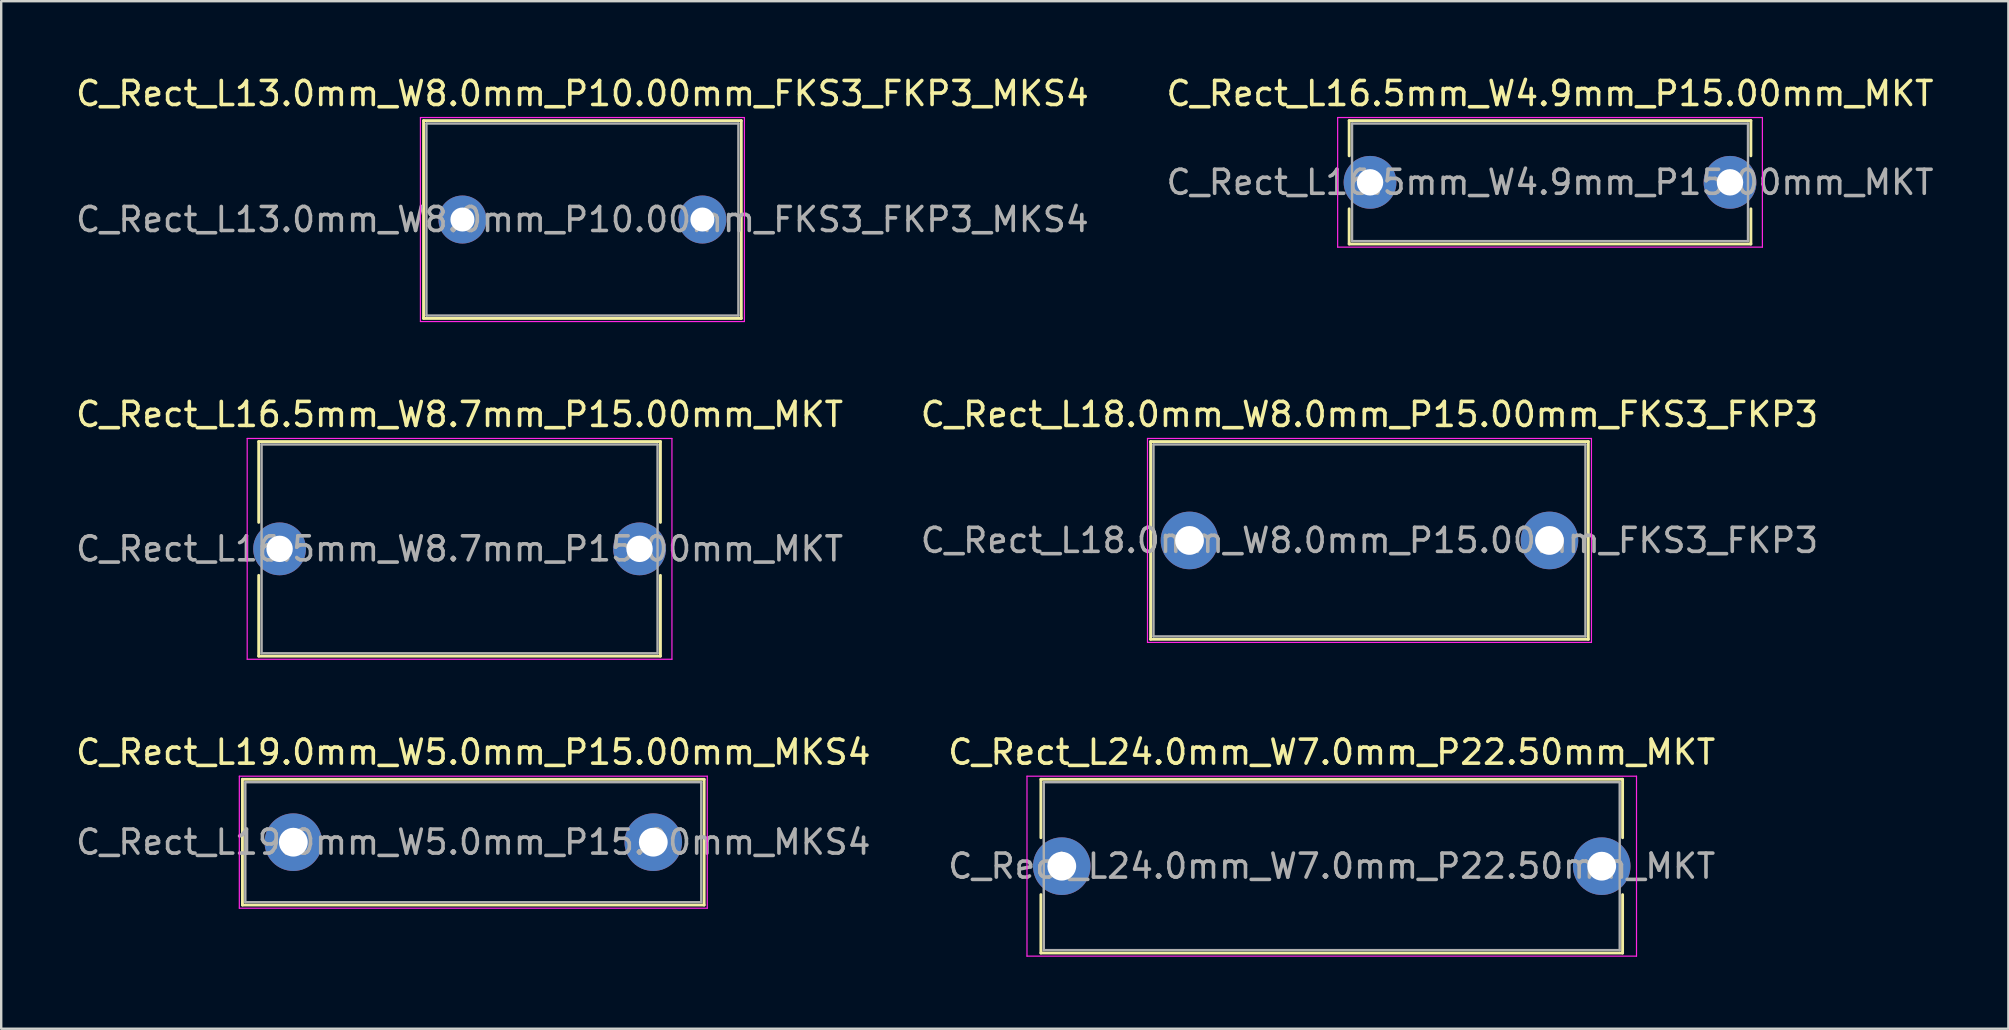
<source format=kicad_pcb>
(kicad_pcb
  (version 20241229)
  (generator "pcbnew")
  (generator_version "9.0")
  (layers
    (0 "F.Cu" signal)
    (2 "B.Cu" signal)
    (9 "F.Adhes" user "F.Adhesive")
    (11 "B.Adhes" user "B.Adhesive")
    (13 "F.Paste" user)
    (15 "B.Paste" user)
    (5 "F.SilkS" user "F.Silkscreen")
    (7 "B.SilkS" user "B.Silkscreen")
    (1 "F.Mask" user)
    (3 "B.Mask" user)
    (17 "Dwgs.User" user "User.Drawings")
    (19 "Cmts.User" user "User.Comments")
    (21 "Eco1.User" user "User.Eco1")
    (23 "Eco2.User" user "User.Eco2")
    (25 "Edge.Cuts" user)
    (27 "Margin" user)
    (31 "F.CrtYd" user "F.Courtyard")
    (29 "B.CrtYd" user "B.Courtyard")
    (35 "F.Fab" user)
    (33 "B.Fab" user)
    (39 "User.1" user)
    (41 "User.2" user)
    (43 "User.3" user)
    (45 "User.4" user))
  (footprint "C_Rect_L18.0mm_W8.0mm_P15.00mm_FKS3_FKP3"
    (layer "F.Cu")
    (at 46.518 19.471)
    (property "Reference" "C_Rect_L18.0mm_W8.0mm_P15.00mm_FKS3_FKP3" (at 7.5 -5.25 0) (layer "F.SilkS") (effects (font (size 1 1) (thickness 0.15))))
    (attr through_hole)
    (fp_line (start -1.62 -4.12) (end -1.62 4.12) (stroke (width 0.12) (type solid)) (layer "F.SilkS"))
    (fp_line (start -1.62 -4.12) (end 16.62 -4.12) (stroke (width 0.12) (type solid)) (layer "F.SilkS"))
    (fp_line (start -1.62 4.12) (end 16.62 4.12) (stroke (width 0.12) (type solid)) (layer "F.SilkS"))
    (fp_line (start 16.62 -4.12) (end 16.62 4.12) (stroke (width 0.12) (type solid)) (layer "F.SilkS"))
    (fp_line (start -1.75 -4.25) (end -1.75 4.25) (stroke (width 0.05) (type solid)) (layer "F.CrtYd"))
    (fp_line (start -1.75 4.25) (end 16.75 4.25) (stroke (width 0.05) (type solid)) (layer "F.CrtYd"))
    (fp_line (start 16.75 -4.25) (end -1.75 -4.25) (stroke (width 0.05) (type solid)) (layer "F.CrtYd"))
    (fp_line (start 16.75 4.25) (end 16.75 -4.25) (stroke (width 0.05) (type solid)) (layer "F.CrtYd"))
    (fp_line (start -1.5 -4) (end -1.5 4) (stroke (width 0.1) (type solid)) (layer "F.Fab"))
    (fp_line (start -1.5 4) (end 16.5 4) (stroke (width 0.1) (type solid)) (layer "F.Fab"))
    (fp_line (start 16.5 -4) (end -1.5 -4) (stroke (width 0.1) (type solid)) (layer "F.Fab"))
    (fp_line (start 16.5 4) (end 16.5 -4) (stroke (width 0.1) (type solid)) (layer "F.Fab"))
    (fp_text user "${REFERENCE}" (at 7.5 0 0) (layer "F.Fab") (effects (font (size 1 1) (thickness 0.15))))
    (pad "1" thru_hole circle (at 0 0) (size 2.4 2.4) (drill 1.2) (layers "*.Cu" "*.Mask"))
    (pad "2" thru_hole circle (at 15 0) (size 2.4 2.4) (drill 1.2) (layers "*.Cu" "*.Mask")))
  (footprint "C_Rect_L16.5mm_W4.9mm_P15.00mm_MKT"
    (layer "F.Cu")
    (at 54.042 4.548)
    (property "Reference" "C_Rect_L16.5mm_W4.9mm_P15.00mm_MKT" (at 7.5 -3.7 0) (layer "F.SilkS") (effects (font (size 1 1) (thickness 0.15))))
    (attr through_hole)
    (fp_line (start -0.87 -2.571) (end -0.87 -1.104) (stroke (width 0.12) (type solid)) (layer "F.SilkS"))
    (fp_line (start -0.87 -2.571) (end 15.87 -2.571) (stroke (width 0.12) (type solid)) (layer "F.SilkS"))
    (fp_line (start -0.87 1.104) (end -0.87 2.571) (stroke (width 0.12) (type solid)) (layer "F.SilkS"))
    (fp_line (start -0.87 2.571) (end 15.87 2.571) (stroke (width 0.12) (type solid)) (layer "F.SilkS"))
    (fp_line (start 15.87 -2.571) (end 15.87 -1.104) (stroke (width 0.12) (type solid)) (layer "F.SilkS"))
    (fp_line (start 15.87 1.104) (end 15.87 2.571) (stroke (width 0.12) (type solid)) (layer "F.SilkS"))
    (fp_line (start -1.35 -2.7) (end -1.35 2.7) (stroke (width 0.05) (type solid)) (layer "F.CrtYd"))
    (fp_line (start -1.35 2.7) (end 16.35 2.7) (stroke (width 0.05) (type solid)) (layer "F.CrtYd"))
    (fp_line (start 16.35 -2.7) (end -1.35 -2.7) (stroke (width 0.05) (type solid)) (layer "F.CrtYd"))
    (fp_line (start 16.35 2.7) (end 16.35 -2.7) (stroke (width 0.05) (type solid)) (layer "F.CrtYd"))
    (fp_line (start -0.75 -2.45) (end -0.75 2.45) (stroke (width 0.1) (type solid)) (layer "F.Fab"))
    (fp_line (start -0.75 2.45) (end 15.75 2.45) (stroke (width 0.1) (type solid)) (layer "F.Fab"))
    (fp_line (start 15.75 -2.45) (end -0.75 -2.45) (stroke (width 0.1) (type solid)) (layer "F.Fab"))
    (fp_line (start 15.75 2.45) (end 15.75 -2.45) (stroke (width 0.1) (type solid)) (layer "F.Fab"))
    (fp_text user "${REFERENCE}" (at 7.5 0 0) (layer "F.Fab") (effects (font (size 1 1) (thickness 0.15))))
    (pad "1" thru_hole circle (at 0 0) (size 2.2 2.2) (drill 1.1) (layers "*.Cu" "*.Mask"))
    (pad "2" thru_hole circle (at 15 0) (size 2.2 2.2) (drill 1.1) (layers "*.Cu" "*.Mask")))
  (footprint "C_Rect_L19.0mm_W5.0mm_P15.00mm_MKS4"
    (layer "F.Cu")
    (at 9.173 32.045)
    (property "Reference" "C_Rect_L19.0mm_W5.0mm_P15.00mm_MKS4" (at 7.5 -3.75 0) (layer "F.SilkS") (effects (font (size 1 1) (thickness 0.15))))
    (attr through_hole)
    (fp_line (start -2.12 -2.62) (end -2.12 2.62) (stroke (width 0.12) (type solid)) (layer "F.SilkS"))
    (fp_line (start -2.12 -2.62) (end 17.12 -2.62) (stroke (width 0.12) (type solid)) (layer "F.SilkS"))
    (fp_line (start -2.12 2.62) (end 17.12 2.62) (stroke (width 0.12) (type solid)) (layer "F.SilkS"))
    (fp_line (start 17.12 -2.62) (end 17.12 2.62) (stroke (width 0.12) (type solid)) (layer "F.SilkS"))
    (fp_line (start -2.25 -2.75) (end -2.25 2.75) (stroke (width 0.05) (type solid)) (layer "F.CrtYd"))
    (fp_line (start -2.25 2.75) (end 17.25 2.75) (stroke (width 0.05) (type solid)) (layer "F.CrtYd"))
    (fp_line (start 17.25 -2.75) (end -2.25 -2.75) (stroke (width 0.05) (type solid)) (layer "F.CrtYd"))
    (fp_line (start 17.25 2.75) (end 17.25 -2.75) (stroke (width 0.05) (type solid)) (layer "F.CrtYd"))
    (fp_line (start -2 -2.5) (end -2 2.5) (stroke (width 0.1) (type solid)) (layer "F.Fab"))
    (fp_line (start -2 2.5) (end 17 2.5) (stroke (width 0.1) (type solid)) (layer "F.Fab"))
    (fp_line (start 17 -2.5) (end -2 -2.5) (stroke (width 0.1) (type solid)) (layer "F.Fab"))
    (fp_line (start 17 2.5) (end 17 -2.5) (stroke (width 0.1) (type solid)) (layer "F.Fab"))
    (fp_text user "${REFERENCE}" (at 7.5 0 0) (layer "F.Fab") (effects (font (size 1 1) (thickness 0.15))))
    (pad "1" thru_hole circle (at 0 0) (size 2.4 2.4) (drill 1.2) (layers "*.Cu" "*.Mask"))
    (pad "2" thru_hole circle (at 15 0) (size 2.4 2.4) (drill 1.2) (layers "*.Cu" "*.Mask")))
  (footprint "C_Rect_L24.0mm_W7.0mm_P22.50mm_MKT"
    (layer "F.Cu")
    (at 41.196 33.045)
    (property "Reference" "C_Rect_L24.0mm_W7.0mm_P22.50mm_MKT" (at 11.25 -4.75 0) (layer "F.SilkS") (effects (font (size 1 1) (thickness 0.15))))
    (attr through_hole)
    (fp_line (start -0.87 -3.62) (end -0.87 -1.185) (stroke (width 0.12) (type solid)) (layer "F.SilkS"))
    (fp_line (start -0.87 -3.62) (end 23.37 -3.62) (stroke (width 0.12) (type solid)) (layer "F.SilkS"))
    (fp_line (start -0.87 1.185) (end -0.87 3.62) (stroke (width 0.12) (type solid)) (layer "F.SilkS"))
    (fp_line (start -0.87 3.62) (end 23.37 3.62) (stroke (width 0.12) (type solid)) (layer "F.SilkS"))
    (fp_line (start 23.37 -3.62) (end 23.37 -1.185) (stroke (width 0.12) (type solid)) (layer "F.SilkS"))
    (fp_line (start 23.37 1.185) (end 23.37 3.62) (stroke (width 0.12) (type solid)) (layer "F.SilkS"))
    (fp_line (start -1.45 -3.75) (end -1.45 3.75) (stroke (width 0.05) (type solid)) (layer "F.CrtYd"))
    (fp_line (start -1.45 3.75) (end 23.95 3.75) (stroke (width 0.05) (type solid)) (layer "F.CrtYd"))
    (fp_line (start 23.95 -3.75) (end -1.45 -3.75) (stroke (width 0.05) (type solid)) (layer "F.CrtYd"))
    (fp_line (start 23.95 3.75) (end 23.95 -3.75) (stroke (width 0.05) (type solid)) (layer "F.CrtYd"))
    (fp_line (start -0.75 -3.5) (end -0.75 3.5) (stroke (width 0.1) (type solid)) (layer "F.Fab"))
    (fp_line (start -0.75 3.5) (end 23.25 3.5) (stroke (width 0.1) (type solid)) (layer "F.Fab"))
    (fp_line (start 23.25 -3.5) (end -0.75 -3.5) (stroke (width 0.1) (type solid)) (layer "F.Fab"))
    (fp_line (start 23.25 3.5) (end 23.25 -3.5) (stroke (width 0.1) (type solid)) (layer "F.Fab"))
    (fp_text user "${REFERENCE}" (at 11.25 0 0) (layer "F.Fab") (effects (font (size 1 1) (thickness 0.15))))
    (pad "1" thru_hole circle (at 0 0) (size 2.4 2.4) (drill 1.2) (layers "*.Cu" "*.Mask"))
    (pad "2" thru_hole circle (at 22.5 0) (size 2.4 2.4) (drill 1.2) (layers "*.Cu" "*.Mask")))
  (footprint "C_Rect_L16.5mm_W8.7mm_P15.00mm_MKT"
    (layer "F.Cu")
    (at 8.601 19.822)
    (property "Reference" "C_Rect_L16.5mm_W8.7mm_P15.00mm_MKT" (at 7.5 -5.6 0) (layer "F.SilkS") (effects (font (size 1 1) (thickness 0.15))))
    (attr through_hole)
    (fp_line (start -0.87 -4.47) (end -0.87 -1.104) (stroke (width 0.12) (type solid)) (layer "F.SilkS"))
    (fp_line (start -0.87 -4.47) (end 15.87 -4.47) (stroke (width 0.12) (type solid)) (layer "F.SilkS"))
    (fp_line (start -0.87 1.104) (end -0.87 4.47) (stroke (width 0.12) (type solid)) (layer "F.SilkS"))
    (fp_line (start -0.87 4.47) (end 15.87 4.47) (stroke (width 0.12) (type solid)) (layer "F.SilkS"))
    (fp_line (start 15.87 -4.47) (end 15.87 -1.104) (stroke (width 0.12) (type solid)) (layer "F.SilkS"))
    (fp_line (start 15.87 1.104) (end 15.87 4.47) (stroke (width 0.12) (type solid)) (layer "F.SilkS"))
    (fp_line (start -1.35 -4.6) (end -1.35 4.6) (stroke (width 0.05) (type solid)) (layer "F.CrtYd"))
    (fp_line (start -1.35 4.6) (end 16.35 4.6) (stroke (width 0.05) (type solid)) (layer "F.CrtYd"))
    (fp_line (start 16.35 -4.6) (end -1.35 -4.6) (stroke (width 0.05) (type solid)) (layer "F.CrtYd"))
    (fp_line (start 16.35 4.6) (end 16.35 -4.6) (stroke (width 0.05) (type solid)) (layer "F.CrtYd"))
    (fp_line (start -0.75 -4.35) (end -0.75 4.35) (stroke (width 0.1) (type solid)) (layer "F.Fab"))
    (fp_line (start -0.75 4.35) (end 15.75 4.35) (stroke (width 0.1) (type solid)) (layer "F.Fab"))
    (fp_line (start 15.75 -4.35) (end -0.75 -4.35) (stroke (width 0.1) (type solid)) (layer "F.Fab"))
    (fp_line (start 15.75 4.35) (end 15.75 -4.35) (stroke (width 0.1) (type solid)) (layer "F.Fab"))
    (fp_text user "${REFERENCE}" (at 7.5 0 0) (layer "F.Fab") (effects (font (size 1 1) (thickness 0.15))))
    (pad "1" thru_hole circle (at 0 0) (size 2.2 2.2) (drill 1.1) (layers "*.Cu" "*.Mask"))
    (pad "2" thru_hole circle (at 15 0) (size 2.2 2.2) (drill 1.1) (layers "*.Cu" "*.Mask")))
  (footprint "C_Rect_L13.0mm_W8.0mm_P10.00mm_FKS3_FKP3_MKS4"
    (layer "F.Cu")
    (at 16.22 6.098)
    (property "Reference" "C_Rect_L13.0mm_W8.0mm_P10.00mm_FKS3_FKP3_MKS4" (at 5 -5.25 0) (layer "F.SilkS") (effects (font (size 1 1) (thickness 0.15))))
    (attr through_hole)
    (fp_line (start -1.62 -4.12) (end -1.62 4.12) (stroke (width 0.12) (type solid)) (layer "F.SilkS"))
    (fp_line (start -1.62 -4.12) (end 11.62 -4.12) (stroke (width 0.12) (type solid)) (layer "F.SilkS"))
    (fp_line (start -1.62 4.12) (end 11.62 4.12) (stroke (width 0.12) (type solid)) (layer "F.SilkS"))
    (fp_line (start 11.62 -4.12) (end 11.62 4.12) (stroke (width 0.12) (type solid)) (layer "F.SilkS"))
    (fp_line (start -1.75 -4.25) (end -1.75 4.25) (stroke (width 0.05) (type solid)) (layer "F.CrtYd"))
    (fp_line (start -1.75 4.25) (end 11.75 4.25) (stroke (width 0.05) (type solid)) (layer "F.CrtYd"))
    (fp_line (start 11.75 -4.25) (end -1.75 -4.25) (stroke (width 0.05) (type solid)) (layer "F.CrtYd"))
    (fp_line (start 11.75 4.25) (end 11.75 -4.25) (stroke (width 0.05) (type solid)) (layer "F.CrtYd"))
    (fp_line (start -1.5 -4) (end -1.5 4) (stroke (width 0.1) (type solid)) (layer "F.Fab"))
    (fp_line (start -1.5 4) (end 11.5 4) (stroke (width 0.1) (type solid)) (layer "F.Fab"))
    (fp_line (start 11.5 -4) (end -1.5 -4) (stroke (width 0.1) (type solid)) (layer "F.Fab"))
    (fp_line (start 11.5 4) (end 11.5 -4) (stroke (width 0.1) (type solid)) (layer "F.Fab"))
    (fp_text user "${REFERENCE}" (at 5 0 0) (layer "F.Fab") (effects (font (size 1 1) (thickness 0.15))))
    (pad "1" thru_hole circle (at 0 0) (size 2 2) (drill 1) (layers "*.Cu" "*.Mask"))
    (pad "2" thru_hole circle (at 10 0) (size 2 2) (drill 1) (layers "*.Cu" "*.Mask")))
  (gr_rect
    (start -3 -3)
    (end 80.643 39.82)
    (stroke (width 0.1) (type default))
    (fill no)
    (layer "Edge.Cuts")))
</source>
